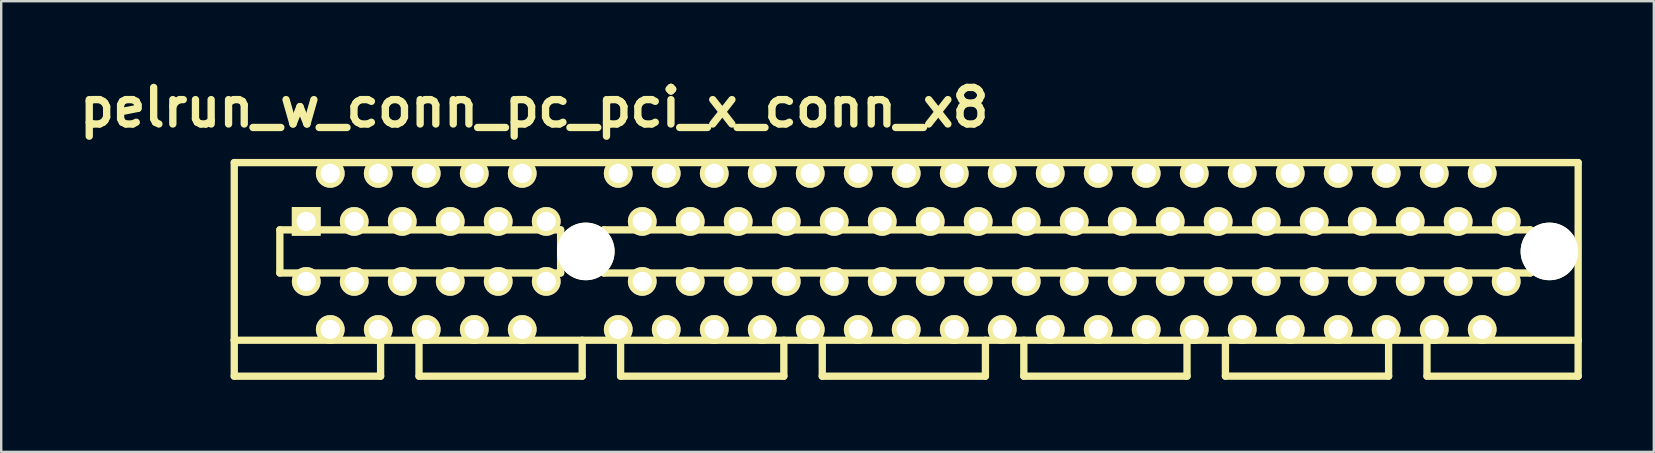
<source format=kicad_pcb>
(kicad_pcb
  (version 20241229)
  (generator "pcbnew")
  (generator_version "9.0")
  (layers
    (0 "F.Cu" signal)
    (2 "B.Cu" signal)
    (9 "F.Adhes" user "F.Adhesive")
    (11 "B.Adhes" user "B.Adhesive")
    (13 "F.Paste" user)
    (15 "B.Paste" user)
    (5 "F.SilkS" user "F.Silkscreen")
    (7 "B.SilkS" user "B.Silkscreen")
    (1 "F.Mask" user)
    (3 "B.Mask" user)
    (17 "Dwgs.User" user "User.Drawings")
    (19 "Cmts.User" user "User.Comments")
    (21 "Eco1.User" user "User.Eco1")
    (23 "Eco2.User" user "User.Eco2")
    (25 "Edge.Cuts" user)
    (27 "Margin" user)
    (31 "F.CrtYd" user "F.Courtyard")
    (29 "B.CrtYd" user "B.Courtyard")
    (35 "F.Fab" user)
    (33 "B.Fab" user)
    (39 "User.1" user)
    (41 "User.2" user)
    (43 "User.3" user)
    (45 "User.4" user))
  (footprint "pelrun_w_conn_pc_pci_x_conn_x8"
    (layer "F.Cu")
    (at 19.21 7.426)
    (property "Reference" "pelrun_w_conn_pc_pci_x_conn_x8" (at 0 -5.999 0) (layer "F.SilkS") (effects (font (size 1.524 1.524) (thickness 0.305))))
    (attr through_hole)
    (fp_line (start -12.499 -3.701) (end -12.499 3.701) (stroke (width 0.305) (type solid)) (layer "F.SilkS"))
    (fp_line (start -12.499 3.701) (end -12.499 5.199) (stroke (width 0.305) (type solid)) (layer "F.SilkS"))
    (fp_line (start -12.499 3.701) (end 43.5 3.701) (stroke (width 0.305) (type solid)) (layer "F.SilkS"))
    (fp_line (start -10.599 -0.899) (end -10.599 0.899) (stroke (width 0.305) (type solid)) (layer "F.SilkS"))
    (fp_line (start -10.599 -0.899) (end 1.1 -0.899) (stroke (width 0.305) (type solid)) (layer "F.SilkS"))
    (fp_line (start -6.401 5.199) (end -12.499 5.199) (stroke (width 0.305) (type solid)) (layer "F.SilkS"))
    (fp_line (start -6.401 5.199) (end -6.401 3.701) (stroke (width 0.305) (type solid)) (layer "F.SilkS"))
    (fp_line (start -4.801 3.701) (end -4.801 5.199) (stroke (width 0.305) (type solid)) (layer "F.SilkS"))
    (fp_line (start -4.798 5.199) (end 2.002 5.199) (stroke (width 0.305) (type solid)) (layer "F.SilkS"))
    (fp_line (start 1.1 0.899) (end -10.599 0.899) (stroke (width 0.305) (type solid)) (layer "F.SilkS"))
    (fp_line (start 1.1 0.899) (end 1.1 -0.899) (stroke (width 0.305) (type solid)) (layer "F.SilkS"))
    (fp_line (start 1.999 5.199) (end 1.999 3.701) (stroke (width 0.305) (type solid)) (layer "F.SilkS"))
    (fp_line (start 2.901 0.899) (end 2.901 -0.899) (stroke (width 0.305) (type solid)) (layer "F.SilkS"))
    (fp_line (start 2.901 0.899) (end 41.501 0.899) (stroke (width 0.305) (type solid)) (layer "F.SilkS"))
    (fp_line (start 3.599 3.701) (end 3.599 5.199) (stroke (width 0.305) (type solid)) (layer "F.SilkS"))
    (fp_line (start 3.602 5.199) (end 10.401 5.199) (stroke (width 0.305) (type solid)) (layer "F.SilkS"))
    (fp_line (start 10.401 5.199) (end 10.401 3.701) (stroke (width 0.305) (type solid)) (layer "F.SilkS"))
    (fp_line (start 12.002 5.199) (end 12.002 3.701) (stroke (width 0.305) (type solid)) (layer "F.SilkS"))
    (fp_line (start 12.002 5.199) (end 18.801 5.199) (stroke (width 0.305) (type solid)) (layer "F.SilkS"))
    (fp_line (start 18.801 5.199) (end 18.801 3.701) (stroke (width 0.305) (type solid)) (layer "F.SilkS"))
    (fp_line (start 20.401 3.701) (end 20.401 5.199) (stroke (width 0.305) (type solid)) (layer "F.SilkS"))
    (fp_line (start 20.401 5.199) (end 27.201 5.199) (stroke (width 0.305) (type solid)) (layer "F.SilkS"))
    (fp_line (start 27.201 5.199) (end 27.201 3.701) (stroke (width 0.305) (type solid)) (layer "F.SilkS"))
    (fp_line (start 28.801 3.701) (end 28.801 5.199) (stroke (width 0.305) (type solid)) (layer "F.SilkS"))
    (fp_line (start 28.801 5.197) (end 35.601 5.197) (stroke (width 0.305) (type solid)) (layer "F.SilkS"))
    (fp_line (start 35.601 5.199) (end 35.601 3.701) (stroke (width 0.305) (type solid)) (layer "F.SilkS"))
    (fp_line (start 37.201 5.199) (end 37.201 3.701) (stroke (width 0.305) (type solid)) (layer "F.SilkS"))
    (fp_line (start 37.201 5.199) (end 43.5 5.199) (stroke (width 0.305) (type solid)) (layer "F.SilkS"))
    (fp_line (start 41.501 -0.899) (end 2.901 -0.899) (stroke (width 0.305) (type solid)) (layer "F.SilkS"))
    (fp_line (start 41.504 -0.899) (end 41.504 0.899) (stroke (width 0.305) (type solid)) (layer "F.SilkS"))
    (fp_line (start 43.498 5.199) (end 43.498 3.701) (stroke (width 0.305) (type solid)) (layer "F.SilkS"))
    (fp_line (start 43.5 -3.701) (end -12.499 -3.701) (stroke (width 0.305) (type solid)) (layer "F.SilkS"))
    (fp_line (start 43.5 3.701) (end 43.5 -3.701) (stroke (width 0.305) (type solid)) (layer "F.SilkS"))
    (pad "" np_thru_hole circle (at 2.149 0) (size 2.4 2.4) (drill 2.4) (layers "*.Cu" "F.SilkS"))
    (pad "" np_thru_hole circle (at 42.301 0) (size 2.4 2.4) (drill 2.4) (layers "*.Cu" "F.SilkS"))
    (pad "A1" thru_hole rect (at -9.5 -1.25) (size 1.199 1.199) (drill 0.8) (layers "*.Cu" "*.Mask" "F.SilkS"))
    (pad "A2" thru_hole circle (at -8.499 -3.251) (size 1.199 1.199) (drill 0.8) (layers "*.Cu" "*.Mask" "F.SilkS"))
    (pad "A3" thru_hole circle (at -7.501 -1.25) (size 1.199 1.199) (drill 0.8) (layers "*.Cu" "*.Mask" "F.SilkS"))
    (pad "A4" thru_hole circle (at -6.5 -3.251) (size 1.199 1.199) (drill 0.8) (layers "*.Cu" "*.Mask" "F.SilkS"))
    (pad "A5" thru_hole circle (at -5.499 -1.25) (size 1.199 1.199) (drill 0.8) (layers "*.Cu" "*.Mask" "F.SilkS"))
    (pad "A6" thru_hole circle (at -4.501 -3.251) (size 1.199 1.199) (drill 0.8) (layers "*.Cu" "*.Mask" "F.SilkS"))
    (pad "A7" thru_hole circle (at -3.5 -1.25) (size 1.199 1.199) (drill 0.8) (layers "*.Cu" "*.Mask" "F.SilkS"))
    (pad "A8" thru_hole circle (at -2.499 -3.251) (size 1.199 1.199) (drill 0.8) (layers "*.Cu" "*.Mask" "F.SilkS"))
    (pad "A9" thru_hole circle (at -1.501 -1.25) (size 1.199 1.199) (drill 0.8) (layers "*.Cu" "*.Mask" "F.SilkS"))
    (pad "A10" thru_hole circle (at -0.5 -3.251) (size 1.199 1.199) (drill 0.8) (layers "*.Cu" "*.Mask" "F.SilkS"))
    (pad "A11" thru_hole circle (at 0.5 -1.25) (size 1.199 1.199) (drill 0.8) (layers "*.Cu" "*.Mask" "F.SilkS"))
    (pad "A12" thru_hole circle (at 3.5 -3.251) (size 1.199 1.199) (drill 0.8) (layers "*.Cu" "*.Mask" "F.SilkS"))
    (pad "A13" thru_hole circle (at 4.501 -1.25) (size 1.199 1.199) (drill 0.8) (layers "*.Cu" "*.Mask" "F.SilkS"))
    (pad "A14" thru_hole circle (at 5.499 -3.251) (size 1.199 1.199) (drill 0.8) (layers "*.Cu" "*.Mask" "F.SilkS"))
    (pad "A15" thru_hole circle (at 6.5 -1.25) (size 1.199 1.199) (drill 0.8) (layers "*.Cu" "*.Mask" "F.SilkS"))
    (pad "A16" thru_hole circle (at 7.501 -3.251) (size 1.199 1.199) (drill 0.8) (layers "*.Cu" "*.Mask" "F.SilkS"))
    (pad "A17" thru_hole circle (at 8.499 -1.25) (size 1.199 1.199) (drill 0.8) (layers "*.Cu" "*.Mask" "F.SilkS"))
    (pad "A18" thru_hole circle (at 9.5 -3.251) (size 1.199 1.199) (drill 0.8) (layers "*.Cu" "*.Mask" "F.SilkS"))
    (pad "A19" thru_hole circle (at 10.5 -1.25) (size 1.199 1.199) (drill 0.8) (layers "*.Cu" "*.Mask" "F.SilkS"))
    (pad "A20" thru_hole circle (at 11.501 -3.251) (size 1.199 1.199) (drill 0.8) (layers "*.Cu" "*.Mask" "F.SilkS"))
    (pad "A21" thru_hole circle (at 12.499 -1.25) (size 1.199 1.199) (drill 0.8) (layers "*.Cu" "*.Mask" "F.SilkS"))
    (pad "A22" thru_hole circle (at 13.5 -3.251) (size 1.199 1.199) (drill 0.8) (layers "*.Cu" "*.Mask" "F.SilkS"))
    (pad "A23" thru_hole circle (at 14.501 -1.25) (size 1.199 1.199) (drill 0.8) (layers "*.Cu" "*.Mask" "F.SilkS"))
    (pad "A24" thru_hole circle (at 15.499 -3.251) (size 1.199 1.199) (drill 0.8) (layers "*.Cu" "*.Mask" "F.SilkS"))
    (pad "A25" thru_hole circle (at 16.5 -1.25) (size 1.199 1.199) (drill 0.8) (layers "*.Cu" "*.Mask" "F.SilkS"))
    (pad "A26" thru_hole circle (at 17.501 -3.251) (size 1.199 1.199) (drill 0.8) (layers "*.Cu" "*.Mask" "F.SilkS"))
    (pad "A27" thru_hole circle (at 18.499 -1.25) (size 1.199 1.199) (drill 0.8) (layers "*.Cu" "*.Mask" "F.SilkS"))
    (pad "A28" thru_hole circle (at 19.5 -3.251) (size 1.199 1.199) (drill 0.8) (layers "*.Cu" "*.Mask" "F.SilkS"))
    (pad "A29" thru_hole circle (at 20.5 -1.25) (size 1.199 1.199) (drill 0.8) (layers "*.Cu" "*.Mask" "F.SilkS"))
    (pad "A30" thru_hole circle (at 21.501 -3.251) (size 1.199 1.199) (drill 0.8) (layers "*.Cu" "*.Mask" "F.SilkS"))
    (pad "A31" thru_hole circle (at 22.499 -1.25) (size 1.199 1.199) (drill 0.8) (layers "*.Cu" "*.Mask" "F.SilkS"))
    (pad "A32" thru_hole circle (at 23.5 -3.251) (size 1.199 1.199) (drill 0.8) (layers "*.Cu" "*.Mask" "F.SilkS"))
    (pad "A33" thru_hole circle (at 24.501 -1.25) (size 1.199 1.199) (drill 0.8) (layers "*.Cu" "*.Mask" "F.SilkS"))
    (pad "A34" thru_hole circle (at 25.499 -3.251) (size 1.199 1.199) (drill 0.8) (layers "*.Cu" "*.Mask" "F.SilkS"))
    (pad "A35" thru_hole circle (at 26.5 -1.25) (size 1.199 1.199) (drill 0.8) (layers "*.Cu" "*.Mask" "F.SilkS"))
    (pad "A36" thru_hole circle (at 27.501 -3.251) (size 1.199 1.199) (drill 0.8) (layers "*.Cu" "*.Mask" "F.SilkS"))
    (pad "A37" thru_hole circle (at 28.499 -1.25) (size 1.199 1.199) (drill 0.8) (layers "*.Cu" "*.Mask" "F.SilkS"))
    (pad "A38" thru_hole circle (at 29.5 -3.251) (size 1.199 1.199) (drill 0.8) (layers "*.Cu" "*.Mask" "F.SilkS"))
    (pad "A39" thru_hole circle (at 30.5 -1.25) (size 1.199 1.199) (drill 0.8) (layers "*.Cu" "*.Mask" "F.SilkS"))
    (pad "A40" thru_hole circle (at 31.501 -3.251) (size 1.199 1.199) (drill 0.8) (layers "*.Cu" "*.Mask" "F.SilkS"))
    (pad "A41" thru_hole circle (at 32.499 -1.25) (size 1.199 1.199) (drill 0.8) (layers "*.Cu" "*.Mask" "F.SilkS"))
    (pad "A42" thru_hole circle (at 33.5 -3.251) (size 1.199 1.199) (drill 0.8) (layers "*.Cu" "*.Mask" "F.SilkS"))
    (pad "A43" thru_hole circle (at 34.501 -1.25) (size 1.199 1.199) (drill 0.8) (layers "*.Cu" "*.Mask" "F.SilkS"))
    (pad "A44" thru_hole circle (at 35.499 -3.251) (size 1.199 1.199) (drill 0.8) (layers "*.Cu" "*.Mask" "F.SilkS"))
    (pad "A45" thru_hole circle (at 36.5 -1.25) (size 1.199 1.199) (drill 0.8) (layers "*.Cu" "*.Mask" "F.SilkS"))
    (pad "A46" thru_hole circle (at 37.501 -3.251) (size 1.199 1.199) (drill 0.8) (layers "*.Cu" "*.Mask" "F.SilkS"))
    (pad "A47" thru_hole circle (at 38.499 -1.25) (size 1.199 1.199) (drill 0.8) (layers "*.Cu" "*.Mask" "F.SilkS"))
    (pad "A48" thru_hole circle (at 39.5 -3.251) (size 1.199 1.199) (drill 0.8) (layers "*.Cu" "*.Mask" "F.SilkS"))
    (pad "A49" thru_hole circle (at 40.5 -1.25) (size 1.199 1.199) (drill 0.8) (layers "*.Cu" "*.Mask" "F.SilkS"))
    (pad "B1" thru_hole circle (at -9.5 1.25) (size 1.199 1.199) (drill 0.8) (layers "*.Cu" "*.Mask" "F.SilkS"))
    (pad "B2" thru_hole circle (at -8.499 3.251) (size 1.199 1.199) (drill 0.8) (layers "*.Cu" "*.Mask" "F.SilkS"))
    (pad "B3" thru_hole circle (at -7.501 1.25) (size 1.199 1.199) (drill 0.8) (layers "*.Cu" "*.Mask" "F.SilkS"))
    (pad "B4" thru_hole circle (at -6.5 3.251) (size 1.199 1.199) (drill 0.8) (layers "*.Cu" "*.Mask" "F.SilkS"))
    (pad "B5" thru_hole circle (at -5.499 1.25) (size 1.199 1.199) (drill 0.8) (layers "*.Cu" "*.Mask" "F.SilkS"))
    (pad "B6" thru_hole circle (at -4.501 3.251) (size 1.199 1.199) (drill 0.8) (layers "*.Cu" "*.Mask" "F.SilkS"))
    (pad "B7" thru_hole circle (at -3.5 1.25) (size 1.199 1.199) (drill 0.8) (layers "*.Cu" "*.Mask" "F.SilkS"))
    (pad "B8" thru_hole circle (at -2.499 3.251) (size 1.199 1.199) (drill 0.8) (layers "*.Cu" "*.Mask" "F.SilkS"))
    (pad "B9" thru_hole circle (at -1.501 1.25) (size 1.199 1.199) (drill 0.8) (layers "*.Cu" "*.Mask" "F.SilkS"))
    (pad "B10" thru_hole circle (at -0.5 3.251) (size 1.199 1.199) (drill 0.8) (layers "*.Cu" "*.Mask" "F.SilkS"))
    (pad "B11" thru_hole circle (at 0.5 1.25) (size 1.199 1.199) (drill 0.8) (layers "*.Cu" "*.Mask" "F.SilkS"))
    (pad "B12" thru_hole circle (at 3.5 3.251) (size 1.199 1.199) (drill 0.8) (layers "*.Cu" "*.Mask" "F.SilkS"))
    (pad "B13" thru_hole circle (at 4.501 1.25) (size 1.199 1.199) (drill 0.8) (layers "*.Cu" "*.Mask" "F.SilkS"))
    (pad "B14" thru_hole circle (at 5.499 3.251) (size 1.199 1.199) (drill 0.8) (layers "*.Cu" "*.Mask" "F.SilkS"))
    (pad "B15" thru_hole circle (at 6.5 1.25) (size 1.199 1.199) (drill 0.8) (layers "*.Cu" "*.Mask" "F.SilkS"))
    (pad "B16" thru_hole circle (at 7.501 3.251) (size 1.199 1.199) (drill 0.8) (layers "*.Cu" "*.Mask" "F.SilkS"))
    (pad "B17" thru_hole circle (at 8.499 1.25) (size 1.199 1.199) (drill 0.8) (layers "*.Cu" "*.Mask" "F.SilkS"))
    (pad "B18" thru_hole circle (at 9.5 3.251) (size 1.199 1.199) (drill 0.8) (layers "*.Cu" "*.Mask" "F.SilkS"))
    (pad "B19" thru_hole circle (at 10.5 1.25) (size 1.199 1.199) (drill 0.8) (layers "*.Cu" "*.Mask" "F.SilkS"))
    (pad "B20" thru_hole circle (at 11.501 3.251) (size 1.199 1.199) (drill 0.8) (layers "*.Cu" "*.Mask" "F.SilkS"))
    (pad "B21" thru_hole circle (at 12.499 1.25) (size 1.199 1.199) (drill 0.8) (layers "*.Cu" "*.Mask" "F.SilkS"))
    (pad "B22" thru_hole circle (at 13.5 3.251) (size 1.199 1.199) (drill 0.8) (layers "*.Cu" "*.Mask" "F.SilkS"))
    (pad "B23" thru_hole circle (at 14.501 1.25) (size 1.199 1.199) (drill 0.8) (layers "*.Cu" "*.Mask" "F.SilkS"))
    (pad "B24" thru_hole circle (at 15.499 3.251) (size 1.199 1.199) (drill 0.8) (layers "*.Cu" "*.Mask" "F.SilkS"))
    (pad "B25" thru_hole circle (at 16.5 1.25) (size 1.199 1.199) (drill 0.8) (layers "*.Cu" "*.Mask" "F.SilkS"))
    (pad "B26" thru_hole circle (at 17.501 3.251) (size 1.199 1.199) (drill 0.8) (layers "*.Cu" "*.Mask" "F.SilkS"))
    (pad "B27" thru_hole circle (at 18.499 1.25) (size 1.199 1.199) (drill 0.8) (layers "*.Cu" "*.Mask" "F.SilkS"))
    (pad "B28" thru_hole circle (at 19.5 3.251) (size 1.199 1.199) (drill 0.8) (layers "*.Cu" "*.Mask" "F.SilkS"))
    (pad "B29" thru_hole circle (at 20.5 1.25) (size 1.199 1.199) (drill 0.8) (layers "*.Cu" "*.Mask" "F.SilkS"))
    (pad "B30" thru_hole circle (at 21.501 3.251) (size 1.199 1.199) (drill 0.8) (layers "*.Cu" "*.Mask" "F.SilkS"))
    (pad "B31" thru_hole circle (at 22.499 1.25) (size 1.199 1.199) (drill 0.8) (layers "*.Cu" "*.Mask" "F.SilkS"))
    (pad "B32" thru_hole circle (at 23.5 3.251) (size 1.199 1.199) (drill 0.8) (layers "*.Cu" "*.Mask" "F.SilkS"))
    (pad "B33" thru_hole circle (at 24.501 1.25) (size 1.199 1.199) (drill 0.8) (layers "*.Cu" "*.Mask" "F.SilkS"))
    (pad "B34" thru_hole circle (at 25.499 3.251) (size 1.199 1.199) (drill 0.8) (layers "*.Cu" "*.Mask" "F.SilkS"))
    (pad "B35" thru_hole circle (at 26.5 1.25) (size 1.199 1.199) (drill 0.8) (layers "*.Cu" "*.Mask" "F.SilkS"))
    (pad "B36" thru_hole circle (at 27.501 3.251) (size 1.199 1.199) (drill 0.8) (layers "*.Cu" "*.Mask" "F.SilkS"))
    (pad "B37" thru_hole circle (at 28.499 1.25) (size 1.199 1.199) (drill 0.8) (layers "*.Cu" "*.Mask" "F.SilkS"))
    (pad "B38" thru_hole circle (at 29.5 3.251) (size 1.199 1.199) (drill 0.8) (layers "*.Cu" "*.Mask" "F.SilkS"))
    (pad "B39" thru_hole circle (at 30.5 1.25) (size 1.199 1.199) (drill 0.8) (layers "*.Cu" "*.Mask" "F.SilkS"))
    (pad "B40" thru_hole circle (at 31.501 3.251) (size 1.199 1.199) (drill 0.8) (layers "*.Cu" "*.Mask" "F.SilkS"))
    (pad "B41" thru_hole circle (at 32.499 1.25) (size 1.199 1.199) (drill 0.8) (layers "*.Cu" "*.Mask" "F.SilkS"))
    (pad "B42" thru_hole circle (at 33.5 3.251) (size 1.199 1.199) (drill 0.8) (layers "*.Cu" "*.Mask" "F.SilkS"))
    (pad "B43" thru_hole circle (at 34.501 1.25) (size 1.199 1.199) (drill 0.8) (layers "*.Cu" "*.Mask" "F.SilkS"))
    (pad "B44" thru_hole circle (at 35.499 3.251) (size 1.199 1.199) (drill 0.8) (layers "*.Cu" "*.Mask" "F.SilkS"))
    (pad "B45" thru_hole circle (at 36.5 1.25) (size 1.199 1.199) (drill 0.8) (layers "*.Cu" "*.Mask" "F.SilkS"))
    (pad "B46" thru_hole circle (at 37.501 3.251) (size 1.199 1.199) (drill 0.8) (layers "*.Cu" "*.Mask" "F.SilkS"))
    (pad "B47" thru_hole circle (at 38.499 1.25) (size 1.199 1.199) (drill 0.8) (layers "*.Cu" "*.Mask" "F.SilkS"))
    (pad "B48" thru_hole circle (at 39.5 3.251) (size 1.199 1.199) (drill 0.8) (layers "*.Cu" "*.Mask" "F.SilkS"))
    (pad "B49" thru_hole circle (at 40.5 1.25) (size 1.199 1.199) (drill 0.8) (layers "*.Cu" "*.Mask" "F.SilkS")))
  (gr_rect
    (start -3 -3)
    (end 65.862 15.778)
    (stroke (width 0.1) (type default))
    (fill no)
    (layer "Edge.Cuts")))
</source>
